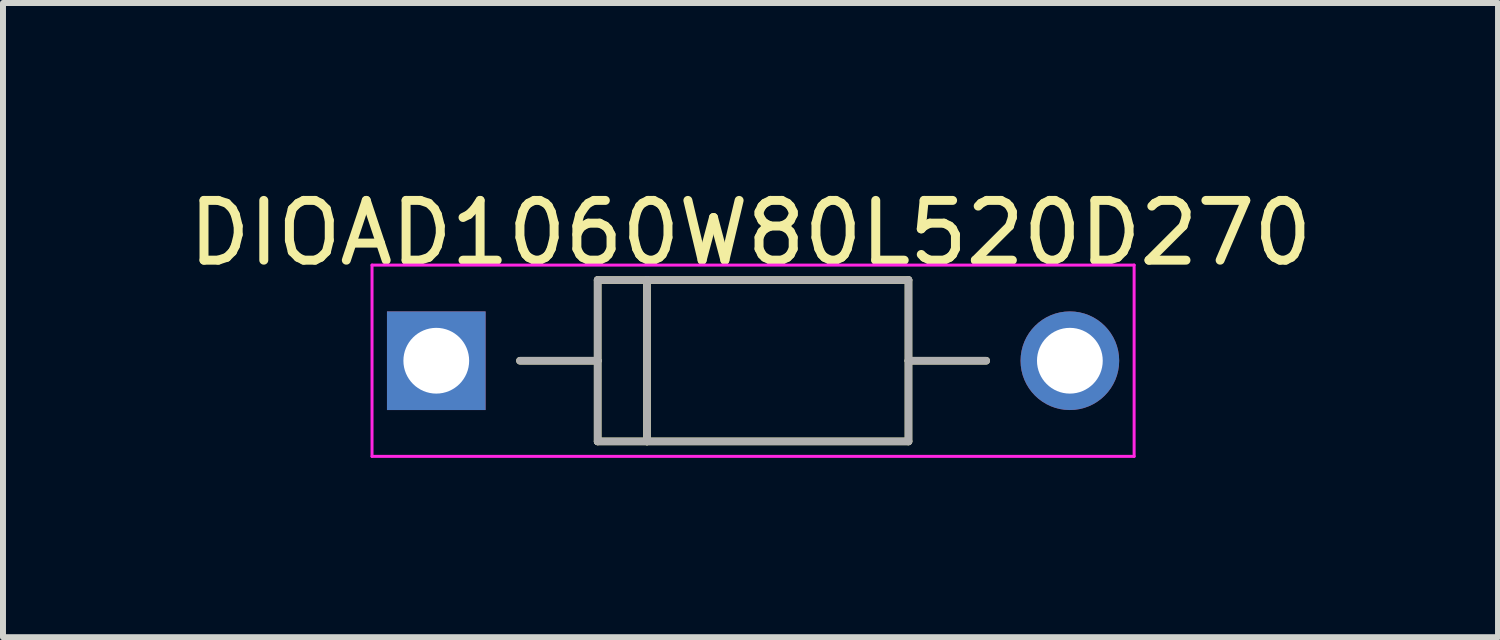
<source format=kicad_pcb>
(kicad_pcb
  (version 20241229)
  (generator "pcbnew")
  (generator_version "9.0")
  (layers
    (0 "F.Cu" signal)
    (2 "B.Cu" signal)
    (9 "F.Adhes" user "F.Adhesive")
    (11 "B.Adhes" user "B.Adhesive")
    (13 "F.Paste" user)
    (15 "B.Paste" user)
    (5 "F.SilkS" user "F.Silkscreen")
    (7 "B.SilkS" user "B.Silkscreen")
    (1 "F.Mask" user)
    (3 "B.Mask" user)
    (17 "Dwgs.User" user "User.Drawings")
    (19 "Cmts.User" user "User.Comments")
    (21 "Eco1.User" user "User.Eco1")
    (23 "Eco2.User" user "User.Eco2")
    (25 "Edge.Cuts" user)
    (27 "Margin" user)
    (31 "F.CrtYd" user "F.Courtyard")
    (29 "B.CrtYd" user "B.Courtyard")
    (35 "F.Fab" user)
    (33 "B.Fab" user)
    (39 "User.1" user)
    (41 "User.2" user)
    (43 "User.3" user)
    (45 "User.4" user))
  (footprint "DIOAD1060W80L520D270"
    (layer "F.Cu")
    (at 9.549 2.985)
    (property "Reference" "DIOAD1060W80L520D270" (at -0.043 -2.137 0) (layer "F.SilkS") (effects (font (size 1 1) (thickness 0.15))))
    (attr through_hole)
    (fp_line (start -2.6 -1.35) (end -2.6 0) (stroke (width 0.127) (type solid)) (layer "F.SilkS"))
    (fp_line (start -2.6 0) (end -3.9 0) (stroke (width 0.127) (type solid)) (layer "F.SilkS"))
    (fp_line (start -2.6 0) (end -2.6 1.35) (stroke (width 0.127) (type solid)) (layer "F.SilkS"))
    (fp_line (start -2.6 1.35) (end -1.775 1.35) (stroke (width 0.127) (type solid)) (layer "F.SilkS"))
    (fp_line (start -1.775 -1.35) (end -2.6 -1.35) (stroke (width 0.127) (type solid)) (layer "F.SilkS"))
    (fp_line (start -1.775 1.35) (end -1.775 -1.35) (stroke (width 0.127) (type solid)) (layer "F.SilkS"))
    (fp_line (start -1.775 1.35) (end 2.6 1.35) (stroke (width 0.127) (type solid)) (layer "F.SilkS"))
    (fp_line (start 2.6 -1.35) (end -1.775 -1.35) (stroke (width 0.127) (type solid)) (layer "F.SilkS"))
    (fp_line (start 2.6 0) (end 2.6 -1.35) (stroke (width 0.127) (type solid)) (layer "F.SilkS"))
    (fp_line (start 2.6 0) (end 3.9 0) (stroke (width 0.127) (type solid)) (layer "F.SilkS"))
    (fp_line (start 2.6 1.35) (end 2.6 0) (stroke (width 0.127) (type solid)) (layer "F.SilkS"))
    (fp_line (start -6.375 -1.6) (end -6.375 1.6) (stroke (width 0.05) (type solid)) (layer "F.CrtYd"))
    (fp_line (start -6.375 1.6) (end 6.375 1.6) (stroke (width 0.05) (type solid)) (layer "F.CrtYd"))
    (fp_line (start 6.375 -1.6) (end -6.375 -1.6) (stroke (width 0.05) (type solid)) (layer "F.CrtYd"))
    (fp_line (start 6.375 1.6) (end 6.375 -1.6) (stroke (width 0.05) (type solid)) (layer "F.CrtYd"))
    (fp_line (start -2.6 -1.35) (end -2.6 0) (stroke (width 0.127) (type solid)) (layer "F.Fab"))
    (fp_line (start -2.6 0) (end -3.9 0) (stroke (width 0.127) (type solid)) (layer "F.Fab"))
    (fp_line (start -2.6 0) (end -2.6 1.35) (stroke (width 0.127) (type solid)) (layer "F.Fab"))
    (fp_line (start -2.6 1.35) (end -1.775 1.35) (stroke (width 0.127) (type solid)) (layer "F.Fab"))
    (fp_line (start -1.775 -1.35) (end -2.6 -1.35) (stroke (width 0.127) (type solid)) (layer "F.Fab"))
    (fp_line (start -1.775 1.35) (end -1.775 -1.35) (stroke (width 0.127) (type solid)) (layer "F.Fab"))
    (fp_line (start -1.775 1.35) (end 2.6 1.35) (stroke (width 0.127) (type solid)) (layer "F.Fab"))
    (fp_line (start 2.6 -1.35) (end -1.775 -1.35) (stroke (width 0.127) (type solid)) (layer "F.Fab"))
    (fp_line (start 2.6 0) (end 2.6 -1.35) (stroke (width 0.127) (type solid)) (layer "F.Fab"))
    (fp_line (start 2.6 0) (end 3.9 0) (stroke (width 0.127) (type solid)) (layer "F.Fab"))
    (fp_line (start 2.6 1.35) (end 2.6 0) (stroke (width 0.127) (type solid)) (layer "F.Fab"))
    (pad "A" thru_hole circle (at 5.3 0) (size 1.65 1.65) (drill 1.1) (layers "*.Cu" "*.Mask"))
    (pad "C" thru_hole rect (at -5.3 0) (size 1.65 1.65) (drill 1.1) (layers "*.Cu" "*.Mask")))
  (gr_rect
    (start -3 -3)
    (end 22.012 7.61)
    (stroke (width 0.1) (type default))
    (fill no)
    (layer "Edge.Cuts")))
</source>
